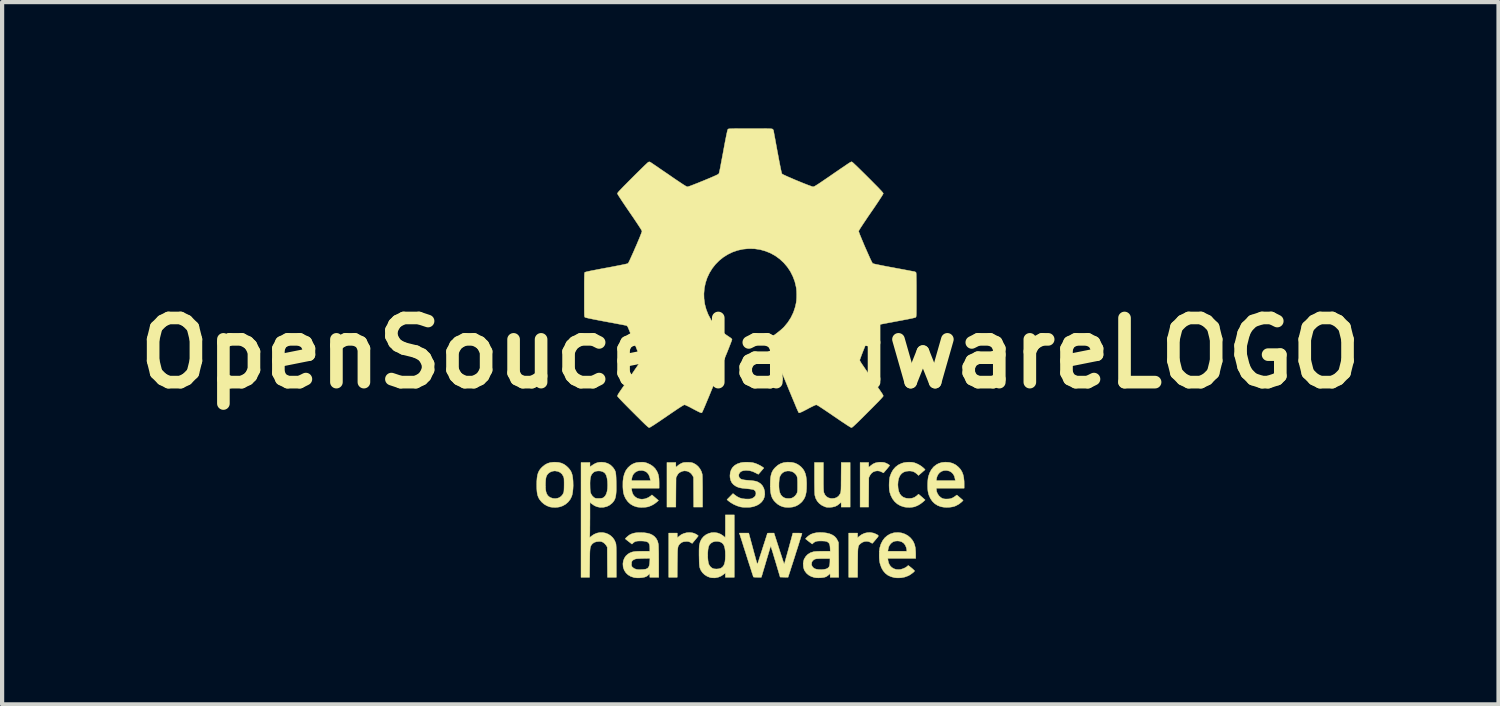
<source format=kicad_pcb>
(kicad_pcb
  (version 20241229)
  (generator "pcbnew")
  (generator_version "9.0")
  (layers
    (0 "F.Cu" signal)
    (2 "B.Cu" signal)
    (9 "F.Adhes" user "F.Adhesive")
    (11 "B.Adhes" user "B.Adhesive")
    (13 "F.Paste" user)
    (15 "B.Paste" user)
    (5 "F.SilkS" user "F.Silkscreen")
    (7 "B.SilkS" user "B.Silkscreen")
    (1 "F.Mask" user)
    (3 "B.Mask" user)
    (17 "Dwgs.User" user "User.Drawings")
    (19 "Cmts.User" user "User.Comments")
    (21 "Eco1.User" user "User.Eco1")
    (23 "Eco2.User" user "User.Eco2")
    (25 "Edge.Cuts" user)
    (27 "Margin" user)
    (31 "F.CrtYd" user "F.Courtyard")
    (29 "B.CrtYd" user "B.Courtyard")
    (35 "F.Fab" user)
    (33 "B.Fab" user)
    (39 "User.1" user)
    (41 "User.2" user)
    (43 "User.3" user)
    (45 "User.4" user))
  (footprint "OpenSouceHardwareLOGO"
    (layer "F.Cu")
    (at 14.776 5.339)
    (property "Reference" "OpenSouceHardwareLOGO" (at 0 0 0) (layer "F.SilkS") (effects (font (size 1.524 1.524) (thickness 0.3))))
    (attr through_hole)
    (fp_poly (pts (xy 2.928 4.276) (xy 2.979 4.297) (xy 3.011 4.313) (xy 3.031 4.325) (xy 3.04 4.337) (xy 3.039 4.351) (xy 3.026 4.371) (xy 3.003 4.399) (xy 2.985 4.421) (xy 2.958 4.453) (xy 2.935 4.48) (xy 2.917 4.501) (xy 2.908 4.512) (xy 2.898 4.518) (xy 2.886 4.515) (xy 2.873 4.507) (xy 2.823 4.481) (xy 2.768 4.471) (xy 2.713 4.476) (xy 2.661 4.495) (xy 2.621 4.522) (xy 2.606 4.536) (xy 2.592 4.549) (xy 2.581 4.563) (xy 2.573 4.579) (xy 2.566 4.599) (xy 2.561 4.625) (xy 2.557 4.658) (xy 2.554 4.699) (xy 2.553 4.751) (xy 2.552 4.816) (xy 2.551 4.894) (xy 2.55 4.976) (xy 2.548 5.326) (xy 2.337 5.326) (xy 2.337 4.276) (xy 2.548 4.276) (xy 2.548 4.387) (xy 2.589 4.351) (xy 2.649 4.309) (xy 2.715 4.279) (xy 2.786 4.264) (xy 2.858 4.263) (xy 2.928 4.276)) (stroke (width 0.01) (type solid)) (fill yes) (layer "F.SilkS"))
    (fp_poly (pts (xy 3.148 2.594) (xy 3.178 2.598) (xy 3.181 2.599) (xy 3.205 2.607) (xy 3.234 2.619) (xy 3.263 2.634) (xy 3.288 2.649) (xy 3.305 2.661) (xy 3.31 2.668) (xy 3.305 2.676) (xy 3.292 2.694) (xy 3.272 2.718) (xy 3.249 2.747) (xy 3.224 2.776) (xy 3.201 2.803) (xy 3.181 2.826) (xy 3.168 2.841) (xy 3.163 2.845) (xy 3.155 2.841) (xy 3.136 2.832) (xy 3.123 2.825) (xy 3.071 2.803) (xy 3.019 2.797) (xy 2.976 2.802) (xy 2.922 2.821) (xy 2.879 2.853) (xy 2.845 2.898) (xy 2.839 2.91) (xy 2.815 2.959) (xy 2.81 3.658) (xy 2.608 3.658) (xy 2.608 2.599) (xy 2.811 2.599) (xy 2.811 2.654) (xy 2.812 2.682) (xy 2.814 2.702) (xy 2.816 2.709) (xy 2.825 2.704) (xy 2.842 2.69) (xy 2.859 2.675) (xy 2.912 2.635) (xy 2.969 2.609) (xy 3.036 2.595) (xy 3.067 2.592) (xy 3.108 2.592) (xy 3.148 2.594)) (stroke (width 0.01) (type solid)) (fill yes) (layer "F.SilkS"))
    (fp_poly (pts (xy -1.374 4.27) (xy -1.334 4.282) (xy -1.303 4.296) (xy -1.275 4.311) (xy -1.253 4.326) (xy -1.239 4.338) (xy -1.238 4.344) (xy -1.244 4.353) (xy -1.259 4.372) (xy -1.28 4.399) (xy -1.306 4.431) (xy -1.311 4.436) (xy -1.381 4.521) (xy -1.421 4.498) (xy -1.445 4.485) (xy -1.468 4.478) (xy -1.496 4.475) (xy -1.524 4.475) (xy -1.581 4.48) (xy -1.626 4.495) (xy -1.665 4.523) (xy -1.683 4.542) (xy -1.694 4.556) (xy -1.703 4.57) (xy -1.711 4.585) (xy -1.717 4.602) (xy -1.721 4.624) (xy -1.725 4.652) (xy -1.728 4.689) (xy -1.73 4.735) (xy -1.731 4.792) (xy -1.732 4.862) (xy -1.733 4.946) (xy -1.734 4.981) (xy -1.737 5.326) (xy -1.939 5.326) (xy -1.939 4.276) (xy -1.736 4.276) (xy -1.736 4.325) (xy -1.735 4.352) (xy -1.733 4.372) (xy -1.731 4.379) (xy -1.723 4.377) (xy -1.707 4.365) (xy -1.692 4.351) (xy -1.64 4.312) (xy -1.578 4.284) (xy -1.511 4.267) (xy -1.441 4.262) (xy -1.374 4.27)) (stroke (width 0.01) (type solid)) (fill yes) (layer "F.SilkS"))
    (fp_poly (pts (xy -1.449 2.596) (xy -1.415 2.598) (xy -1.388 2.603) (xy -1.363 2.611) (xy -1.352 2.615) (xy -1.294 2.647) (xy -1.241 2.692) (xy -1.197 2.748) (xy -1.163 2.811) (xy -1.143 2.877) (xy -1.143 2.878) (xy -1.141 2.897) (xy -1.139 2.931) (xy -1.138 2.978) (xy -1.137 3.037) (xy -1.136 3.106) (xy -1.135 3.182) (xy -1.135 3.265) (xy -1.135 3.29) (xy -1.135 3.658) (xy -1.346 3.658) (xy -1.348 3.304) (xy -1.35 2.95) (xy -1.372 2.908) (xy -1.405 2.862) (xy -1.449 2.827) (xy -1.5 2.805) (xy -1.508 2.803) (xy -1.566 2.797) (xy -1.619 2.807) (xy -1.67 2.831) (xy -1.699 2.851) (xy -1.72 2.875) (xy -1.74 2.908) (xy -1.765 2.958) (xy -1.768 3.308) (xy -1.77 3.658) (xy -1.981 3.658) (xy -1.981 2.599) (xy -1.77 2.599) (xy -1.77 2.654) (xy -1.769 2.682) (xy -1.767 2.702) (xy -1.765 2.709) (xy -1.757 2.704) (xy -1.741 2.69) (xy -1.729 2.679) (xy -1.704 2.658) (xy -1.672 2.637) (xy -1.643 2.621) (xy -1.617 2.61) (xy -1.595 2.602) (xy -1.572 2.598) (xy -1.544 2.596) (xy -1.505 2.595) (xy -1.494 2.595) (xy -1.449 2.596)) (stroke (width 0.01) (type solid)) (fill yes) (layer "F.SilkS"))
    (fp_poly (pts (xy 1.736 2.937) (xy 1.736 3.027) (xy 1.736 3.101) (xy 1.737 3.162) (xy 1.738 3.21) (xy 1.74 3.248) (xy 1.742 3.276) (xy 1.744 3.297) (xy 1.747 3.312) (xy 1.748 3.314) (xy 1.772 3.367) (xy 1.807 3.408) (xy 1.853 3.437) (xy 1.909 3.452) (xy 1.945 3.454) (xy 2.007 3.447) (xy 2.058 3.427) (xy 2.1 3.393) (xy 2.133 3.344) (xy 2.137 3.336) (xy 2.141 3.326) (xy 2.145 3.315) (xy 2.148 3.302) (xy 2.15 3.285) (xy 2.152 3.262) (xy 2.154 3.232) (xy 2.155 3.193) (xy 2.156 3.143) (xy 2.156 3.08) (xy 2.157 3.003) (xy 2.157 2.949) (xy 2.16 2.599) (xy 2.371 2.599) (xy 2.371 3.658) (xy 2.159 3.658) (xy 2.159 3.603) (xy 2.158 3.575) (xy 2.156 3.555) (xy 2.154 3.548) (xy 2.145 3.553) (xy 2.128 3.567) (xy 2.111 3.582) (xy 2.063 3.619) (xy 2.011 3.644) (xy 1.951 3.658) (xy 1.897 3.663) (xy 1.851 3.664) (xy 1.817 3.662) (xy 1.789 3.656) (xy 1.774 3.651) (xy 1.7 3.617) (xy 1.638 3.571) (xy 1.589 3.515) (xy 1.553 3.449) (xy 1.533 3.379) (xy 1.531 3.36) (xy 1.529 3.326) (xy 1.527 3.278) (xy 1.526 3.219) (xy 1.525 3.15) (xy 1.524 3.073) (xy 1.524 2.99) (xy 1.524 2.966) (xy 1.524 2.599) (xy 1.736 2.599) (xy 1.736 2.937)) (stroke (width 0.01) (type solid)) (fill yes) (layer "F.SilkS"))
    (fp_poly (pts (xy 3.821 2.592) (xy 3.858 2.596) (xy 3.893 2.604) (xy 3.926 2.615) (xy 3.986 2.641) (xy 4.046 2.676) (xy 4.1 2.717) (xy 4.128 2.743) (xy 4.153 2.77) (xy 4.131 2.788) (xy 4.114 2.802) (xy 4.089 2.824) (xy 4.061 2.849) (xy 4.052 2.856) (xy 3.996 2.906) (xy 3.958 2.871) (xy 3.912 2.835) (xy 3.867 2.813) (xy 3.816 2.802) (xy 3.772 2.8) (xy 3.702 2.807) (xy 3.643 2.827) (xy 3.594 2.861) (xy 3.556 2.907) (xy 3.528 2.967) (xy 3.511 3.04) (xy 3.505 3.125) (xy 3.505 3.128) (xy 3.511 3.214) (xy 3.527 3.287) (xy 3.554 3.346) (xy 3.591 3.393) (xy 3.64 3.427) (xy 3.699 3.447) (xy 3.769 3.454) (xy 3.774 3.454) (xy 3.839 3.448) (xy 3.895 3.429) (xy 3.948 3.394) (xy 3.961 3.382) (xy 3.996 3.351) (xy 4.044 3.392) (xy 4.073 3.417) (xy 4.101 3.442) (xy 4.122 3.461) (xy 4.153 3.488) (xy 4.102 3.535) (xy 4.042 3.581) (xy 3.976 3.62) (xy 3.908 3.648) (xy 3.89 3.653) (xy 3.843 3.661) (xy 3.787 3.665) (xy 3.728 3.664) (xy 3.673 3.658) (xy 3.648 3.653) (xy 3.565 3.625) (xy 3.492 3.583) (xy 3.43 3.528) (xy 3.378 3.461) (xy 3.337 3.38) (xy 3.314 3.31) (xy 3.304 3.263) (xy 3.299 3.204) (xy 3.297 3.138) (xy 3.299 3.072) (xy 3.304 3.009) (xy 3.312 2.954) (xy 3.317 2.934) (xy 3.35 2.846) (xy 3.394 2.77) (xy 3.449 2.707) (xy 3.515 2.657) (xy 3.592 2.62) (xy 3.645 2.604) (xy 3.678 2.598) (xy 3.72 2.593) (xy 3.764 2.591) (xy 3.776 2.591) (xy 3.821 2.592)) (stroke (width 0.01) (type solid)) (fill yes) (layer "F.SilkS"))
    (fp_poly (pts (xy 4.728 2.597) (xy 4.803 2.617) (xy 4.872 2.651) (xy 4.935 2.7) (xy 4.949 2.713) (xy 4.995 2.765) (xy 5.029 2.822) (xy 5.054 2.886) (xy 5.07 2.959) (xy 5.079 3.044) (xy 5.08 3.101) (xy 5.08 3.209) (xy 4.42 3.209) (xy 4.42 3.238) (xy 4.427 3.291) (xy 4.449 3.344) (xy 4.483 3.392) (xy 4.525 3.43) (xy 4.553 3.447) (xy 4.577 3.457) (xy 4.602 3.463) (xy 4.634 3.466) (xy 4.669 3.466) (xy 4.724 3.464) (xy 4.769 3.454) (xy 4.812 3.436) (xy 4.858 3.407) (xy 4.867 3.4) (xy 4.907 3.371) (xy 5.056 3.499) (xy 5.024 3.532) (xy 4.963 3.582) (xy 4.89 3.623) (xy 4.853 3.639) (xy 4.799 3.653) (xy 4.735 3.662) (xy 4.666 3.665) (xy 4.599 3.661) (xy 4.539 3.651) (xy 4.53 3.649) (xy 4.451 3.62) (xy 4.383 3.577) (xy 4.325 3.521) (xy 4.278 3.453) (xy 4.242 3.372) (xy 4.228 3.322) (xy 4.219 3.276) (xy 4.214 3.217) (xy 4.212 3.152) (xy 4.213 3.085) (xy 4.217 3.031) (xy 4.417 3.031) (xy 4.87 3.031) (xy 4.864 2.991) (xy 4.848 2.926) (xy 4.819 2.873) (xy 4.78 2.832) (xy 4.73 2.803) (xy 4.67 2.789) (xy 4.656 2.787) (xy 4.596 2.791) (xy 4.542 2.809) (xy 4.496 2.841) (xy 4.459 2.885) (xy 4.434 2.939) (xy 4.423 2.989) (xy 4.417 3.031) (xy 4.217 3.031) (xy 4.217 3.02) (xy 4.224 2.964) (xy 4.232 2.927) (xy 4.262 2.842) (xy 4.301 2.769) (xy 4.35 2.708) (xy 4.361 2.697) (xy 4.42 2.651) (xy 4.481 2.619) (xy 4.549 2.599) (xy 4.627 2.591) (xy 4.644 2.591) (xy 4.728 2.597)) (stroke (width 0.01) (type solid)) (fill yes) (layer "F.SilkS"))
    (fp_poly (pts (xy -2.541 2.592) (xy -2.514 2.596) (xy -2.485 2.603) (xy -2.46 2.611) (xy -2.382 2.645) (xy -2.317 2.688) (xy -2.263 2.741) (xy -2.22 2.807) (xy -2.217 2.813) (xy -2.198 2.854) (xy -2.185 2.894) (xy -2.176 2.936) (xy -2.17 2.985) (xy -2.168 3.045) (xy -2.167 3.084) (xy -2.167 3.209) (xy -2.822 3.209) (xy -2.817 3.259) (xy -2.804 3.319) (xy -2.778 3.371) (xy -2.739 3.413) (xy -2.692 3.445) (xy -2.636 3.464) (xy -2.575 3.471) (xy -2.51 3.463) (xy -2.489 3.458) (xy -2.42 3.43) (xy -2.364 3.391) (xy -2.361 3.389) (xy -2.338 3.368) (xy -2.26 3.434) (xy -2.182 3.501) (xy -2.227 3.541) (xy -2.282 3.583) (xy -2.346 3.619) (xy -2.411 3.645) (xy -2.439 3.653) (xy -2.484 3.66) (xy -2.539 3.664) (xy -2.596 3.665) (xy -2.651 3.661) (xy -2.695 3.655) (xy -2.699 3.654) (xy -2.778 3.627) (xy -2.848 3.586) (xy -2.907 3.532) (xy -2.955 3.467) (xy -2.965 3.449) (xy -2.987 3.404) (xy -3.003 3.36) (xy -3.015 3.314) (xy -3.022 3.261) (xy -3.027 3.197) (xy -3.028 3.167) (xy -3.027 3.054) (xy -3.025 3.031) (xy -2.822 3.031) (xy -2.371 3.031) (xy -2.376 3.004) (xy -2.394 2.933) (xy -2.421 2.876) (xy -2.457 2.834) (xy -2.503 2.805) (xy -2.558 2.79) (xy -2.574 2.788) (xy -2.637 2.79) (xy -2.693 2.806) (xy -2.741 2.836) (xy -2.779 2.877) (xy -2.805 2.929) (xy -2.817 2.985) (xy -2.822 3.031) (xy -3.025 3.031) (xy -3.015 2.953) (xy -2.991 2.865) (xy -2.956 2.788) (xy -2.909 2.724) (xy -2.853 2.672) (xy -2.803 2.639) (xy -2.754 2.616) (xy -2.701 2.601) (xy -2.638 2.594) (xy -2.616 2.593) (xy -2.573 2.591) (xy -2.541 2.592)) (stroke (width 0.01) (type solid)) (fill yes) (layer "F.SilkS"))
    (fp_poly (pts (xy -0.381 5.326) (xy -0.593 5.326) (xy -0.593 5.223) (xy -0.629 5.252) (xy -0.695 5.297) (xy -0.767 5.326) (xy -0.841 5.34) (xy -0.917 5.337) (xy -0.953 5.331) (xy -1.022 5.305) (xy -1.085 5.266) (xy -1.137 5.216) (xy -1.177 5.156) (xy -1.198 5.105) (xy -1.203 5.087) (xy -1.207 5.065) (xy -1.21 5.037) (xy -1.213 5.001) (xy -1.215 4.954) (xy -1.216 4.894) (xy -1.217 4.842) (xy -1.218 4.798) (xy -1.013 4.798) (xy -1.011 4.863) (xy -1.006 4.923) (xy -0.998 4.976) (xy -0.986 5.017) (xy -0.983 5.023) (xy -0.955 5.068) (xy -0.915 5.103) (xy -0.884 5.119) (xy -0.846 5.127) (xy -0.8 5.129) (xy -0.753 5.125) (xy -0.713 5.115) (xy -0.699 5.109) (xy -0.665 5.086) (xy -0.638 5.054) (xy -0.618 5.013) (xy -0.604 4.961) (xy -0.596 4.895) (xy -0.593 4.815) (xy -0.593 4.801) (xy -0.595 4.715) (xy -0.604 4.644) (xy -0.618 4.587) (xy -0.64 4.543) (xy -0.67 4.511) (xy -0.708 4.489) (xy -0.755 4.476) (xy -0.779 4.473) (xy -0.84 4.474) (xy -0.893 4.489) (xy -0.938 4.517) (xy -0.973 4.557) (xy -0.986 4.583) (xy -0.998 4.622) (xy -1.006 4.674) (xy -1.011 4.734) (xy -1.013 4.798) (xy -1.218 4.798) (xy -1.218 4.761) (xy -1.218 4.69) (xy -1.216 4.632) (xy -1.214 4.587) (xy -1.211 4.563) (xy -1.192 4.485) (xy -1.159 4.418) (xy -1.113 4.361) (xy -1.056 4.316) (xy -0.988 4.283) (xy -0.918 4.265) (xy -0.846 4.262) (xy -0.775 4.274) (xy -0.706 4.301) (xy -0.643 4.342) (xy -0.638 4.347) (xy -0.617 4.364) (xy -0.603 4.375) (xy -0.598 4.377) (xy -0.596 4.369) (xy -0.595 4.346) (xy -0.594 4.31) (xy -0.594 4.263) (xy -0.593 4.208) (xy -0.593 4.145) (xy -0.593 4.111) (xy -0.593 3.844) (xy -0.381 3.844) (xy -0.381 5.326)) (stroke (width 0.01) (type solid)) (fill yes) (layer "F.SilkS"))
    (fp_poly (pts (xy 3.596 4.273) (xy 3.673 4.299) (xy 3.744 4.338) (xy 3.8 4.385) (xy 3.845 4.437) (xy 3.879 4.492) (xy 3.904 4.555) (xy 3.92 4.626) (xy 3.927 4.71) (xy 3.929 4.764) (xy 3.929 4.877) (xy 3.266 4.877) (xy 3.271 4.925) (xy 3.287 4.989) (xy 3.315 5.044) (xy 3.355 5.088) (xy 3.404 5.12) (xy 3.462 5.139) (xy 3.526 5.143) (xy 3.568 5.139) (xy 3.608 5.128) (xy 3.651 5.112) (xy 3.689 5.093) (xy 3.719 5.073) (xy 3.729 5.064) (xy 3.743 5.051) (xy 3.753 5.046) (xy 3.762 5.051) (xy 3.78 5.065) (xy 3.805 5.085) (xy 3.832 5.107) (xy 3.859 5.13) (xy 3.881 5.151) (xy 3.897 5.166) (xy 3.903 5.174) (xy 3.896 5.185) (xy 3.879 5.203) (xy 3.853 5.224) (xy 3.822 5.247) (xy 3.791 5.268) (xy 3.761 5.285) (xy 3.756 5.288) (xy 3.671 5.32) (xy 3.58 5.338) (xy 3.486 5.34) (xy 3.427 5.334) (xy 3.343 5.312) (xy 3.269 5.278) (xy 3.207 5.23) (xy 3.155 5.169) (xy 3.114 5.096) (xy 3.084 5.009) (xy 3.077 4.983) (xy 3.068 4.93) (xy 3.063 4.866) (xy 3.062 4.796) (xy 3.064 4.728) (xy 3.065 4.707) (xy 3.266 4.707) (xy 3.717 4.707) (xy 3.717 4.684) (xy 3.714 4.661) (xy 3.708 4.632) (xy 3.704 4.617) (xy 3.68 4.56) (xy 3.644 4.515) (xy 3.598 4.484) (xy 3.542 4.466) (xy 3.493 4.462) (xy 3.438 4.467) (xy 3.394 4.481) (xy 3.355 4.508) (xy 3.331 4.532) (xy 3.306 4.566) (xy 3.288 4.602) (xy 3.276 4.647) (xy 3.272 4.671) (xy 3.266 4.707) (xy 3.065 4.707) (xy 3.069 4.665) (xy 3.076 4.623) (xy 3.103 4.535) (xy 3.142 4.458) (xy 3.191 4.392) (xy 3.251 4.339) (xy 3.32 4.298) (xy 3.398 4.272) (xy 3.434 4.266) (xy 3.515 4.262) (xy 3.596 4.273)) (stroke (width 0.01) (type solid)) (fill yes) (layer "F.SilkS"))
    (fp_poly (pts (xy -4.561 2.596) (xy -4.49 2.613) (xy -4.426 2.642) (xy -4.367 2.685) (xy -4.327 2.723) (xy -4.291 2.765) (xy -4.264 2.806) (xy -4.244 2.851) (xy -4.229 2.902) (xy -4.219 2.963) (xy -4.212 3.037) (xy -4.211 3.069) (xy -4.209 3.148) (xy -4.213 3.225) (xy -4.22 3.296) (xy -4.231 3.358) (xy -4.244 3.403) (xy -4.279 3.474) (xy -4.328 3.537) (xy -4.388 3.589) (xy -4.458 3.629) (xy -4.527 3.653) (xy -4.573 3.661) (xy -4.629 3.665) (xy -4.687 3.664) (xy -4.739 3.658) (xy -4.766 3.653) (xy -4.835 3.626) (xy -4.901 3.587) (xy -4.958 3.537) (xy -5.005 3.48) (xy -5.024 3.448) (xy -5.041 3.411) (xy -5.054 3.373) (xy -5.063 3.332) (xy -5.069 3.285) (xy -5.073 3.227) (xy -5.074 3.171) (xy -4.867 3.171) (xy -4.863 3.241) (xy -4.853 3.299) (xy -4.836 3.345) (xy -4.813 3.382) (xy -4.782 3.411) (xy -4.751 3.431) (xy -4.697 3.45) (xy -4.637 3.456) (xy -4.578 3.447) (xy -4.541 3.434) (xy -4.496 3.404) (xy -4.459 3.361) (xy -4.435 3.312) (xy -4.43 3.29) (xy -4.427 3.253) (xy -4.425 3.201) (xy -4.424 3.133) (xy -4.424 3.124) (xy -4.424 3.068) (xy -4.425 3.026) (xy -4.426 2.995) (xy -4.428 2.972) (xy -4.432 2.954) (xy -4.437 2.938) (xy -4.444 2.923) (xy -4.475 2.873) (xy -4.518 2.835) (xy -4.57 2.811) (xy -4.63 2.8) (xy -4.654 2.799) (xy -4.699 2.806) (xy -4.744 2.822) (xy -4.784 2.846) (xy -4.812 2.872) (xy -4.831 2.899) (xy -4.844 2.926) (xy -4.854 2.956) (xy -4.86 2.993) (xy -4.864 3.041) (xy -4.866 3.086) (xy -4.867 3.171) (xy -5.074 3.171) (xy -5.074 3.157) (xy -5.075 3.128) (xy -5.073 3.039) (xy -5.067 2.963) (xy -5.057 2.9) (xy -5.041 2.846) (xy -5.019 2.798) (xy -4.99 2.755) (xy -4.953 2.715) (xy -4.941 2.703) (xy -4.882 2.655) (xy -4.822 2.622) (xy -4.756 2.601) (xy -4.68 2.592) (xy -4.644 2.591) (xy -4.561 2.596)) (stroke (width 0.01) (type solid)) (fill yes) (layer "F.SilkS"))
    (fp_poly (pts (xy 0.986 2.596) (xy 1.06 2.613) (xy 1.125 2.643) (xy 1.185 2.686) (xy 1.212 2.71) (xy 1.251 2.755) (xy 1.282 2.804) (xy 1.305 2.859) (xy 1.322 2.922) (xy 1.332 2.996) (xy 1.337 3.083) (xy 1.337 3.128) (xy 1.335 3.221) (xy 1.328 3.299) (xy 1.315 3.366) (xy 1.296 3.423) (xy 1.269 3.474) (xy 1.235 3.52) (xy 1.21 3.547) (xy 1.15 3.597) (xy 1.084 3.633) (xy 1.01 3.656) (xy 0.927 3.665) (xy 0.902 3.665) (xy 0.861 3.664) (xy 0.819 3.66) (xy 0.786 3.654) (xy 0.78 3.653) (xy 0.711 3.627) (xy 0.647 3.588) (xy 0.596 3.542) (xy 0.559 3.502) (xy 0.53 3.459) (xy 0.508 3.413) (xy 0.492 3.36) (xy 0.481 3.298) (xy 0.475 3.225) (xy 0.474 3.172) (xy 0.679 3.172) (xy 0.685 3.249) (xy 0.7 3.312) (xy 0.722 3.362) (xy 0.754 3.402) (xy 0.795 3.431) (xy 0.809 3.438) (xy 0.844 3.449) (xy 0.888 3.454) (xy 0.935 3.453) (xy 0.978 3.446) (xy 0.983 3.445) (xy 1.024 3.425) (xy 1.062 3.393) (xy 1.094 3.353) (xy 1.102 3.338) (xy 1.109 3.323) (xy 1.114 3.309) (xy 1.117 3.292) (xy 1.12 3.27) (xy 1.121 3.24) (xy 1.122 3.2) (xy 1.122 3.146) (xy 1.122 3.128) (xy 1.122 3.065) (xy 1.12 3.015) (xy 1.118 2.977) (xy 1.113 2.947) (xy 1.106 2.924) (xy 1.095 2.904) (xy 1.081 2.884) (xy 1.066 2.866) (xy 1.026 2.832) (xy 0.978 2.81) (xy 0.925 2.8) (xy 0.872 2.801) (xy 0.82 2.813) (xy 0.774 2.837) (xy 0.737 2.872) (xy 0.727 2.886) (xy 0.711 2.914) (xy 0.699 2.941) (xy 0.691 2.971) (xy 0.686 3.009) (xy 0.682 3.058) (xy 0.68 3.082) (xy 0.679 3.172) (xy 0.474 3.172) (xy 0.473 3.138) (xy 0.473 3.129) (xy 0.475 3.039) (xy 0.48 2.964) (xy 0.491 2.901) (xy 0.507 2.846) (xy 0.529 2.799) (xy 0.558 2.756) (xy 0.595 2.714) (xy 0.597 2.713) (xy 0.657 2.661) (xy 0.723 2.624) (xy 0.795 2.601) (xy 0.876 2.591) (xy 0.901 2.591) (xy 0.986 2.596)) (stroke (width 0.01) (type solid)) (fill yes) (layer "F.SilkS"))
    (fp_poly (pts (xy 1.731 4.264) (xy 1.81 4.274) (xy 1.884 4.292) (xy 1.947 4.319) (xy 1.949 4.32) (xy 2 4.353) (xy 2.039 4.395) (xy 2.071 4.449) (xy 2.073 4.453) (xy 2.095 4.5) (xy 2.098 4.913) (xy 2.1 5.326) (xy 1.897 5.326) (xy 1.897 5.283) (xy 1.896 5.259) (xy 1.894 5.244) (xy 1.892 5.241) (xy 1.884 5.246) (xy 1.869 5.261) (xy 1.855 5.274) (xy 1.81 5.307) (xy 1.776 5.321) (xy 1.731 5.331) (xy 1.677 5.337) (xy 1.618 5.339) (xy 1.563 5.337) (xy 1.519 5.33) (xy 1.447 5.307) (xy 1.384 5.272) (xy 1.332 5.227) (xy 1.293 5.174) (xy 1.277 5.141) (xy 1.262 5.086) (xy 1.257 5.025) (xy 1.258 4.993) (xy 1.454 4.993) (xy 1.455 5.032) (xy 1.471 5.069) (xy 1.5 5.102) (xy 1.527 5.12) (xy 1.565 5.133) (xy 1.614 5.141) (xy 1.669 5.144) (xy 1.724 5.142) (xy 1.775 5.134) (xy 1.816 5.122) (xy 1.82 5.12) (xy 1.848 5.102) (xy 1.868 5.08) (xy 1.881 5.05) (xy 1.888 5.009) (xy 1.891 4.96) (xy 1.892 4.881) (xy 1.74 4.881) (xy 1.675 4.881) (xy 1.624 4.883) (xy 1.585 4.885) (xy 1.556 4.889) (xy 1.533 4.896) (xy 1.515 4.905) (xy 1.499 4.917) (xy 1.494 4.92) (xy 1.466 4.954) (xy 1.454 4.993) (xy 1.258 4.993) (xy 1.26 4.965) (xy 1.273 4.91) (xy 1.28 4.892) (xy 1.318 4.83) (xy 1.367 4.78) (xy 1.427 4.743) (xy 1.497 4.72) (xy 1.511 4.717) (xy 1.535 4.714) (xy 1.573 4.711) (xy 1.62 4.709) (xy 1.673 4.708) (xy 1.729 4.707) (xy 1.899 4.707) (xy 1.895 4.626) (xy 1.891 4.579) (xy 1.883 4.544) (xy 1.871 4.519) (xy 1.852 4.499) (xy 1.828 4.483) (xy 1.811 4.475) (xy 1.79 4.47) (xy 1.762 4.466) (xy 1.721 4.464) (xy 1.702 4.463) (xy 1.641 4.463) (xy 1.595 4.466) (xy 1.558 4.474) (xy 1.529 4.487) (xy 1.503 4.506) (xy 1.5 4.508) (xy 1.47 4.536) (xy 1.391 4.476) (xy 1.36 4.452) (xy 1.335 4.432) (xy 1.318 4.418) (xy 1.312 4.411) (xy 1.319 4.4) (xy 1.336 4.383) (xy 1.359 4.361) (xy 1.386 4.339) (xy 1.413 4.32) (xy 1.436 4.306) (xy 1.438 4.305) (xy 1.499 4.282) (xy 1.571 4.267) (xy 1.65 4.261) (xy 1.731 4.264)) (stroke (width 0.01) (type solid)) (fill yes) (layer "F.SilkS"))
    (fp_poly (pts (xy -0.003 2.595) (xy 0.049 2.601) (xy 0.063 2.604) (xy 0.118 2.619) (xy 0.179 2.644) (xy 0.237 2.673) (xy 0.284 2.702) (xy 0.321 2.729) (xy 0.257 2.804) (xy 0.232 2.833) (xy 0.211 2.857) (xy 0.196 2.873) (xy 0.191 2.879) (xy 0.182 2.875) (xy 0.163 2.865) (xy 0.136 2.851) (xy 0.125 2.845) (xy 0.054 2.812) (xy -0.015 2.793) (xy -0.085 2.787) (xy -0.115 2.787) (xy -0.167 2.793) (xy -0.206 2.805) (xy -0.237 2.825) (xy -0.257 2.848) (xy -0.273 2.882) (xy -0.275 2.919) (xy -0.264 2.954) (xy -0.251 2.97) (xy -0.235 2.984) (xy -0.216 2.995) (xy -0.19 3.004) (xy -0.156 3.011) (xy -0.11 3.017) (xy -0.051 3.022) (xy -0.038 3.023) (xy 0.024 3.028) (xy 0.072 3.034) (xy 0.11 3.04) (xy 0.141 3.047) (xy 0.167 3.057) (xy 0.193 3.069) (xy 0.193 3.069) (xy 0.248 3.106) (xy 0.291 3.155) (xy 0.322 3.216) (xy 0.339 3.28) (xy 0.344 3.353) (xy 0.333 3.42) (xy 0.308 3.482) (xy 0.268 3.536) (xy 0.215 3.583) (xy 0.15 3.62) (xy 0.073 3.647) (xy 0.047 3.653) (xy -0.003 3.661) (xy -0.063 3.664) (xy -0.125 3.664) (xy -0.183 3.661) (xy -0.232 3.654) (xy -0.233 3.654) (xy -0.314 3.629) (xy -0.395 3.593) (xy -0.471 3.548) (xy -0.521 3.51) (xy -0.555 3.481) (xy -0.412 3.336) (xy -0.377 3.364) (xy -0.316 3.408) (xy -0.254 3.439) (xy -0.189 3.458) (xy -0.115 3.466) (xy -0.08 3.467) (xy -0.037 3.467) (xy -0.007 3.465) (xy 0.016 3.461) (xy 0.035 3.455) (xy 0.054 3.446) (xy 0.094 3.42) (xy 0.119 3.39) (xy 0.132 3.353) (xy 0.133 3.347) (xy 0.131 3.307) (xy 0.115 3.273) (xy 0.086 3.249) (xy 0.078 3.245) (xy 0.059 3.24) (xy 0.026 3.234) (xy -0.015 3.228) (xy -0.062 3.223) (xy -0.08 3.221) (xy -0.146 3.214) (xy -0.198 3.208) (xy -0.239 3.201) (xy -0.273 3.193) (xy -0.302 3.182) (xy -0.33 3.17) (xy -0.341 3.164) (xy -0.397 3.126) (xy -0.439 3.079) (xy -0.467 3.021) (xy -0.482 2.953) (xy -0.484 2.908) (xy -0.476 2.834) (xy -0.454 2.769) (xy -0.419 2.713) (xy -0.369 2.666) (xy -0.306 2.63) (xy -0.231 2.605) (xy -0.227 2.604) (xy -0.181 2.596) (xy -0.124 2.592) (xy -0.063 2.592) (xy -0.003 2.595)) (stroke (width 0.01) (type solid)) (fill yes) (layer "F.SilkS"))
    (fp_poly (pts (xy -2.522 4.267) (xy -2.445 4.278) (xy -2.381 4.296) (xy -2.326 4.322) (xy -2.278 4.357) (xy -2.278 4.357) (xy -2.234 4.408) (xy -2.203 4.468) (xy -2.185 4.539) (xy -2.185 4.542) (xy -2.183 4.564) (xy -2.181 4.6) (xy -2.18 4.648) (xy -2.178 4.708) (xy -2.177 4.775) (xy -2.177 4.849) (xy -2.176 4.927) (xy -2.176 4.964) (xy -2.176 5.326) (xy -2.388 5.326) (xy -2.388 5.283) (xy -2.388 5.259) (xy -2.39 5.244) (xy -2.392 5.241) (xy -2.4 5.247) (xy -2.414 5.261) (xy -2.422 5.27) (xy -2.457 5.299) (xy -2.504 5.32) (xy -2.565 5.333) (xy -2.629 5.339) (xy -2.698 5.339) (xy -2.755 5.333) (xy -2.766 5.33) (xy -2.84 5.306) (xy -2.903 5.269) (xy -2.954 5.221) (xy -2.993 5.163) (xy -3.018 5.095) (xy -3.022 5.074) (xy -3.027 5.008) (xy -2.824 5.008) (xy -2.823 5.04) (xy -2.818 5.061) (xy -2.809 5.077) (xy -2.802 5.084) (xy -2.765 5.115) (xy -2.717 5.134) (xy -2.693 5.14) (xy -2.661 5.143) (xy -2.619 5.143) (xy -2.572 5.142) (xy -2.527 5.138) (xy -2.49 5.133) (xy -2.48 5.13) (xy -2.447 5.116) (xy -2.422 5.093) (xy -2.405 5.059) (xy -2.394 5.011) (xy -2.389 4.958) (xy -2.385 4.875) (xy -2.549 4.878) (xy -2.608 4.88) (xy -2.653 4.882) (xy -2.686 4.884) (xy -2.711 4.887) (xy -2.73 4.891) (xy -2.745 4.897) (xy -2.752 4.899) (xy -2.787 4.918) (xy -2.809 4.939) (xy -2.82 4.966) (xy -2.824 5.004) (xy -2.824 5.008) (xy -3.027 5.008) (xy -3.027 5.003) (xy -3.017 4.936) (xy -2.993 4.874) (xy -2.957 4.819) (xy -2.908 4.775) (xy -2.868 4.75) (xy -2.838 4.737) (xy -2.808 4.726) (xy -2.776 4.719) (xy -2.739 4.713) (xy -2.693 4.71) (xy -2.637 4.708) (xy -2.567 4.707) (xy -2.556 4.707) (xy -2.388 4.707) (xy -2.388 4.638) (xy -2.39 4.583) (xy -2.399 4.541) (xy -2.416 4.51) (xy -2.442 4.488) (xy -2.481 4.474) (xy -2.532 4.466) (xy -2.583 4.463) (xy -2.642 4.463) (xy -2.688 4.466) (xy -2.723 4.473) (xy -2.752 4.486) (xy -2.777 4.504) (xy -2.781 4.508) (xy -2.812 4.537) (xy -2.89 4.477) (xy -2.921 4.453) (xy -2.946 4.433) (xy -2.964 4.418) (xy -2.97 4.412) (xy -2.966 4.402) (xy -2.951 4.386) (xy -2.929 4.366) (xy -2.904 4.345) (xy -2.88 4.326) (xy -2.858 4.312) (xy -2.856 4.311) (xy -2.811 4.291) (xy -2.764 4.277) (xy -2.712 4.268) (xy -2.65 4.264) (xy -2.612 4.264) (xy -2.522 4.267)) (stroke (width 0.01) (type solid)) (fill yes) (layer "F.SilkS"))
    (fp_poly (pts (xy 1.164 4.276) (xy 1.198 4.278) (xy 1.22 4.281) (xy 1.228 4.284) (xy 1.225 4.293) (xy 1.218 4.317) (xy 1.207 4.353) (xy 1.192 4.4) (xy 1.174 4.457) (xy 1.154 4.522) (xy 1.132 4.592) (xy 1.108 4.667) (xy 1.083 4.744) (xy 1.059 4.822) (xy 1.034 4.9) (xy 1.01 4.975) (xy 0.987 5.045) (xy 0.966 5.11) (xy 0.948 5.168) (xy 0.932 5.216) (xy 0.926 5.235) (xy 0.896 5.326) (xy 0.802 5.324) (xy 0.708 5.321) (xy 0.6 4.958) (xy 0.577 4.883) (xy 0.556 4.813) (xy 0.537 4.749) (xy 0.52 4.694) (xy 0.506 4.649) (xy 0.496 4.616) (xy 0.489 4.596) (xy 0.487 4.591) (xy 0.486 4.589) (xy 0.485 4.588) (xy 0.483 4.59) (xy 0.481 4.595) (xy 0.477 4.605) (xy 0.472 4.622) (xy 0.464 4.647) (xy 0.454 4.681) (xy 0.44 4.727) (xy 0.423 4.785) (xy 0.401 4.857) (xy 0.389 4.898) (xy 0.368 4.968) (xy 0.348 5.037) (xy 0.329 5.1) (xy 0.312 5.157) (xy 0.298 5.204) (xy 0.288 5.239) (xy 0.283 5.256) (xy 0.261 5.326) (xy 0.169 5.326) (xy 0.132 5.325) (xy 0.101 5.323) (xy 0.08 5.321) (xy 0.073 5.319) (xy 0.07 5.31) (xy 0.063 5.287) (xy 0.051 5.251) (xy 0.035 5.203) (xy 0.017 5.145) (xy -0.004 5.079) (xy -0.028 5.007) (xy -0.053 4.929) (xy -0.079 4.847) (xy -0.105 4.764) (xy -0.132 4.68) (xy -0.159 4.597) (xy -0.184 4.516) (xy -0.208 4.44) (xy -0.231 4.37) (xy -0.24 4.341) (xy -0.261 4.276) (xy -0.149 4.276) (xy -0.038 4.276) (xy 0.059 4.633) (xy 0.079 4.709) (xy 0.098 4.779) (xy 0.116 4.843) (xy 0.131 4.899) (xy 0.144 4.944) (xy 0.154 4.978) (xy 0.16 4.999) (xy 0.162 5.004) (xy 0.168 5.012) (xy 0.172 5.005) (xy 0.173 5.004) (xy 0.177 4.992) (xy 0.185 4.966) (xy 0.198 4.929) (xy 0.213 4.882) (xy 0.23 4.827) (xy 0.25 4.767) (xy 0.271 4.703) (xy 0.292 4.636) (xy 0.313 4.57) (xy 0.334 4.507) (xy 0.353 4.447) (xy 0.37 4.393) (xy 0.385 4.348) (xy 0.396 4.312) (xy 0.404 4.289) (xy 0.406 4.279) (xy 0.406 4.279) (xy 0.414 4.278) (xy 0.435 4.276) (xy 0.466 4.276) (xy 0.485 4.276) (xy 0.563 4.276) (xy 0.682 4.644) (xy 0.706 4.719) (xy 0.729 4.789) (xy 0.75 4.853) (xy 0.768 4.908) (xy 0.783 4.953) (xy 0.795 4.986) (xy 0.802 5.006) (xy 0.805 5.012) (xy 0.808 5.004) (xy 0.815 4.982) (xy 0.826 4.946) (xy 0.839 4.899) (xy 0.855 4.842) (xy 0.873 4.777) (xy 0.893 4.705) (xy 0.91 4.644) (xy 1.01 4.276) (xy 1.119 4.276) (xy 1.164 4.276)) (stroke (width 0.01) (type solid)) (fill yes) (layer "F.SilkS"))
    (fp_poly (pts (xy -3.456 2.599) (xy -3.385 2.622) (xy -3.322 2.659) (xy -3.268 2.711) (xy -3.251 2.733) (xy -3.234 2.758) (xy -3.22 2.782) (xy -3.209 2.806) (xy -3.201 2.834) (xy -3.196 2.867) (xy -3.192 2.908) (xy -3.189 2.959) (xy -3.187 3.024) (xy -3.186 3.08) (xy -3.185 3.175) (xy -3.185 3.255) (xy -3.189 3.322) (xy -3.195 3.378) (xy -3.204 3.425) (xy -3.217 3.465) (xy -3.234 3.499) (xy -3.255 3.53) (xy -3.281 3.56) (xy -3.287 3.566) (xy -3.346 3.613) (xy -3.411 3.645) (xy -3.483 3.662) (xy -3.51 3.664) (xy -3.58 3.663) (xy -3.643 3.65) (xy -3.703 3.624) (xy -3.764 3.583) (xy -3.774 3.575) (xy -3.81 3.546) (xy -3.81 3.926) (xy -3.811 4.006) (xy -3.811 4.082) (xy -3.812 4.151) (xy -3.812 4.213) (xy -3.813 4.265) (xy -3.814 4.305) (xy -3.815 4.332) (xy -3.815 4.341) (xy -3.817 4.363) (xy -3.816 4.376) (xy -3.814 4.377) (xy -3.805 4.372) (xy -3.788 4.359) (xy -3.774 4.347) (xy -3.712 4.305) (xy -3.645 4.277) (xy -3.576 4.263) (xy -3.507 4.263) (xy -3.44 4.276) (xy -3.376 4.301) (xy -3.318 4.338) (xy -3.267 4.386) (xy -3.227 4.445) (xy -3.198 4.513) (xy -3.195 4.524) (xy -3.192 4.539) (xy -3.19 4.561) (xy -3.188 4.59) (xy -3.186 4.629) (xy -3.185 4.679) (xy -3.184 4.74) (xy -3.184 4.816) (xy -3.184 4.906) (xy -3.184 4.947) (xy -3.183 5.326) (xy -3.394 5.326) (xy -3.397 4.967) (xy -3.399 4.609) (xy -3.425 4.567) (xy -3.458 4.527) (xy -3.492 4.5) (xy -3.516 4.487) (xy -3.538 4.479) (xy -3.563 4.475) (xy -3.598 4.475) (xy -3.66 4.481) (xy -3.711 4.499) (xy -3.752 4.529) (xy -3.768 4.549) (xy -3.779 4.564) (xy -3.788 4.578) (xy -3.795 4.594) (xy -3.8 4.613) (xy -3.805 4.636) (xy -3.808 4.666) (xy -3.811 4.704) (xy -3.813 4.751) (xy -3.814 4.81) (xy -3.815 4.882) (xy -3.816 4.969) (xy -3.816 4.985) (xy -3.82 5.326) (xy -4.022 5.326) (xy -4.022 3.084) (xy -3.809 3.084) (xy -3.808 3.153) (xy -3.807 3.208) (xy -3.805 3.248) (xy -3.803 3.279) (xy -3.799 3.302) (xy -3.794 3.321) (xy -3.787 3.338) (xy -3.786 3.341) (xy -3.756 3.391) (xy -3.717 3.428) (xy -3.696 3.441) (xy -3.677 3.448) (xy -3.651 3.452) (xy -3.615 3.453) (xy -3.593 3.452) (xy -3.555 3.451) (xy -3.528 3.447) (xy -3.508 3.442) (xy -3.489 3.432) (xy -3.482 3.427) (xy -3.449 3.395) (xy -3.423 3.349) (xy -3.404 3.289) (xy -3.393 3.217) (xy -3.39 3.134) (xy -3.394 3.04) (xy -3.395 3.036) (xy -3.405 2.965) (xy -3.421 2.909) (xy -3.443 2.866) (xy -3.474 2.835) (xy -3.514 2.814) (xy -3.557 2.802) (xy -3.601 2.799) (xy -3.647 2.802) (xy -3.688 2.812) (xy -3.716 2.826) (xy -3.746 2.852) (xy -3.77 2.882) (xy -3.787 2.918) (xy -3.799 2.962) (xy -3.806 3.017) (xy -3.809 3.084) (xy -4.022 3.084) (xy -4.022 2.599) (xy -3.81 2.599) (xy -3.81 2.703) (xy -3.791 2.689) (xy -3.734 2.65) (xy -3.685 2.622) (xy -3.639 2.604) (xy -3.591 2.594) (xy -3.54 2.591) (xy -3.533 2.591) (xy -3.456 2.599)) (stroke (width 0.01) (type solid)) (fill yes) (layer "F.SilkS"))
    (fp_poly (pts (xy 0.106 -5.334) (xy 0.197 -5.334) (xy 0.273 -5.334) (xy 0.337 -5.333) (xy 0.388 -5.333) (xy 0.429 -5.332) (xy 0.461 -5.331) (xy 0.485 -5.33) (xy 0.503 -5.328) (xy 0.515 -5.327) (xy 0.523 -5.324) (xy 0.529 -5.321) (xy 0.533 -5.318) (xy 0.533 -5.317) (xy 0.546 -5.302) (xy 0.55 -5.293) (xy 0.552 -5.283) (xy 0.556 -5.259) (xy 0.563 -5.22) (xy 0.572 -5.17) (xy 0.584 -5.108) (xy 0.597 -5.037) (xy 0.611 -4.959) (xy 0.627 -4.874) (xy 0.643 -4.784) (xy 0.644 -4.782) (xy 0.666 -4.664) (xy 0.685 -4.562) (xy 0.702 -4.476) (xy 0.716 -4.405) (xy 0.728 -4.348) (xy 0.738 -4.306) (xy 0.745 -4.277) (xy 0.751 -4.262) (xy 0.752 -4.259) (xy 0.763 -4.252) (xy 0.788 -4.238) (xy 0.825 -4.221) (xy 0.872 -4.199) (xy 0.927 -4.175) (xy 0.988 -4.149) (xy 1.052 -4.121) (xy 1.119 -4.093) (xy 1.186 -4.066) (xy 1.251 -4.039) (xy 1.313 -4.015) (xy 1.368 -3.993) (xy 1.416 -3.976) (xy 1.454 -3.962) (xy 1.48 -3.954) (xy 1.491 -3.952) (xy 1.499 -3.953) (xy 1.51 -3.956) (xy 1.524 -3.962) (xy 1.542 -3.972) (xy 1.566 -3.987) (xy 1.597 -4.006) (xy 1.637 -4.032) (xy 1.685 -4.064) (xy 1.743 -4.104) (xy 1.814 -4.152) (xy 1.896 -4.208) (xy 1.91 -4.218) (xy 2.004 -4.283) (xy 2.085 -4.338) (xy 2.154 -4.386) (xy 2.213 -4.425) (xy 2.261 -4.458) (xy 2.3 -4.485) (xy 2.331 -4.505) (xy 2.355 -4.521) (xy 2.374 -4.532) (xy 2.387 -4.539) (xy 2.397 -4.543) (xy 2.404 -4.545) (xy 2.408 -4.545) (xy 2.412 -4.543) (xy 2.416 -4.541) (xy 2.42 -4.539) (xy 2.43 -4.531) (xy 2.451 -4.513) (xy 2.481 -4.484) (xy 2.521 -4.447) (xy 2.567 -4.402) (xy 2.62 -4.35) (xy 2.678 -4.293) (xy 2.74 -4.232) (xy 2.801 -4.171) (xy 2.878 -4.094) (xy 2.944 -4.027) (xy 3 -3.971) (xy 3.046 -3.924) (xy 3.082 -3.885) (xy 3.111 -3.855) (xy 3.132 -3.831) (xy 3.146 -3.813) (xy 3.155 -3.801) (xy 3.158 -3.793) (xy 3.158 -3.792) (xy 3.153 -3.78) (xy 3.139 -3.755) (xy 3.115 -3.716) (xy 3.081 -3.664) (xy 3.038 -3.598) (xy 2.985 -3.519) (xy 2.922 -3.426) (xy 2.866 -3.345) (xy 2.797 -3.245) (xy 2.739 -3.158) (xy 2.689 -3.084) (xy 2.649 -3.023) (xy 2.617 -2.974) (xy 2.595 -2.938) (xy 2.58 -2.912) (xy 2.574 -2.898) (xy 2.574 -2.896) (xy 2.577 -2.882) (xy 2.587 -2.855) (xy 2.601 -2.816) (xy 2.621 -2.768) (xy 2.644 -2.712) (xy 2.67 -2.65) (xy 2.697 -2.585) (xy 2.726 -2.517) (xy 2.756 -2.45) (xy 2.785 -2.384) (xy 2.813 -2.322) (xy 2.838 -2.265) (xy 2.861 -2.216) (xy 2.88 -2.177) (xy 2.895 -2.149) (xy 2.904 -2.134) (xy 2.906 -2.132) (xy 2.918 -2.127) (xy 2.946 -2.119) (xy 2.989 -2.109) (xy 3.048 -2.097) (xy 3.122 -2.082) (xy 3.213 -2.064) (xy 3.32 -2.044) (xy 3.408 -2.028) (xy 3.496 -2.011) (xy 3.58 -1.996) (xy 3.658 -1.981) (xy 3.729 -1.968) (xy 3.789 -1.956) (xy 3.84 -1.947) (xy 3.878 -1.94) (xy 3.902 -1.935) (xy 3.91 -1.933) (xy 3.929 -1.923) (xy 3.937 -1.913) (xy 3.939 -1.901) (xy 3.941 -1.873) (xy 3.942 -1.83) (xy 3.943 -1.773) (xy 3.944 -1.701) (xy 3.945 -1.618) (xy 3.945 -1.522) (xy 3.945 -1.415) (xy 3.945 -1.382) (xy 3.945 -1.276) (xy 3.945 -1.185) (xy 3.945 -1.108) (xy 3.945 -1.045) (xy 3.944 -0.994) (xy 3.944 -0.953) (xy 3.943 -0.921) (xy 3.941 -0.897) (xy 3.94 -0.88) (xy 3.938 -0.868) (xy 3.935 -0.86) (xy 3.933 -0.855) (xy 3.93 -0.852) (xy 3.92 -0.847) (xy 3.9 -0.841) (xy 3.867 -0.833) (xy 3.822 -0.823) (xy 3.764 -0.811) (xy 3.691 -0.797) (xy 3.603 -0.78) (xy 3.5 -0.761) (xy 3.436 -0.749) (xy 3.348 -0.732) (xy 3.265 -0.717) (xy 3.188 -0.702) (xy 3.119 -0.689) (xy 3.059 -0.678) (xy 3.01 -0.668) (xy 2.974 -0.661) (xy 2.951 -0.657) (xy 2.944 -0.655) (xy 2.928 -0.645) (xy 2.916 -0.631) (xy 2.91 -0.618) (xy 2.898 -0.591) (xy 2.881 -0.553) (xy 2.862 -0.505) (xy 2.839 -0.449) (xy 2.813 -0.386) (xy 2.787 -0.32) (xy 2.759 -0.251) (xy 2.732 -0.182) (xy 2.705 -0.114) (xy 2.679 -0.049) (xy 2.656 0.01) (xy 2.636 0.063) (xy 2.62 0.107) (xy 2.608 0.14) (xy 2.601 0.16) (xy 2.599 0.166) (xy 2.604 0.181) (xy 2.616 0.206) (xy 2.634 0.234) (xy 2.639 0.242) (xy 2.652 0.262) (xy 2.674 0.294) (xy 2.703 0.336) (xy 2.737 0.387) (xy 2.777 0.444) (xy 2.819 0.505) (xy 2.863 0.57) (xy 2.879 0.593) (xy 2.923 0.658) (xy 2.966 0.721) (xy 3.007 0.78) (xy 3.043 0.833) (xy 3.074 0.878) (xy 3.098 0.913) (xy 3.115 0.938) (xy 3.119 0.943) (xy 3.137 0.972) (xy 3.151 0.998) (xy 3.158 1.016) (xy 3.158 1.019) (xy 3.153 1.028) (xy 3.138 1.047) (xy 3.113 1.075) (xy 3.078 1.113) (xy 3.032 1.161) (xy 2.974 1.22) (xy 2.905 1.29) (xy 2.824 1.371) (xy 2.792 1.403) (xy 2.714 1.481) (xy 2.648 1.547) (xy 2.591 1.603) (xy 2.544 1.649) (xy 2.505 1.686) (xy 2.474 1.715) (xy 2.45 1.737) (xy 2.431 1.753) (xy 2.418 1.763) (xy 2.408 1.768) (xy 2.403 1.77) (xy 2.392 1.766) (xy 2.371 1.755) (xy 2.34 1.736) (xy 2.298 1.71) (xy 2.245 1.674) (xy 2.179 1.631) (xy 2.101 1.578) (xy 2.009 1.515) (xy 1.985 1.499) (xy 1.892 1.435) (xy 1.812 1.381) (xy 1.745 1.336) (xy 1.689 1.299) (xy 1.645 1.27) (xy 1.611 1.249) (xy 1.586 1.236) (xy 1.571 1.229) (xy 1.566 1.228) (xy 1.551 1.232) (xy 1.524 1.243) (xy 1.485 1.261) (xy 1.437 1.285) (xy 1.382 1.313) (xy 1.36 1.326) (xy 1.292 1.361) (xy 1.239 1.388) (xy 1.199 1.406) (xy 1.173 1.416) (xy 1.16 1.418) (xy 1.158 1.418) (xy 1.156 1.418) (xy 1.154 1.417) (xy 1.151 1.414) (xy 1.148 1.41) (xy 1.143 1.402) (xy 1.138 1.391) (xy 1.13 1.375) (xy 1.121 1.353) (xy 1.108 1.326) (xy 1.093 1.291) (xy 1.075 1.248) (xy 1.054 1.196) (xy 1.028 1.134) (xy 0.998 1.063) (xy 0.964 0.98) (xy 0.924 0.885) (xy 0.88 0.777) (xy 0.83 0.655) (xy 0.773 0.519) (xy 0.749 0.462) (xy 0.69 0.317) (xy 0.636 0.187) (xy 0.589 0.072) (xy 0.549 -0.028) (xy 0.515 -0.113) (xy 0.487 -0.183) (xy 0.465 -0.239) (xy 0.449 -0.282) (xy 0.44 -0.31) (xy 0.436 -0.325) (xy 0.436 -0.327) (xy 0.446 -0.342) (xy 0.469 -0.362) (xy 0.493 -0.378) (xy 0.544 -0.411) (xy 0.6 -0.451) (xy 0.657 -0.495) (xy 0.712 -0.539) (xy 0.761 -0.582) (xy 0.8 -0.619) (xy 0.803 -0.623) (xy 0.89 -0.728) (xy 0.964 -0.843) (xy 1.023 -0.965) (xy 1.066 -1.094) (xy 1.088 -1.192) (xy 1.096 -1.25) (xy 1.1 -1.318) (xy 1.101 -1.392) (xy 1.099 -1.464) (xy 1.094 -1.53) (xy 1.088 -1.568) (xy 1.057 -1.7) (xy 1.01 -1.824) (xy 0.951 -1.941) (xy 0.878 -2.049) (xy 0.794 -2.147) (xy 0.699 -2.235) (xy 0.595 -2.311) (xy 0.482 -2.374) (xy 0.361 -2.423) (xy 0.234 -2.459) (xy 0.101 -2.479) (xy 0.09 -2.48) (xy -0.046 -2.482) (xy -0.177 -2.469) (xy -0.303 -2.441) (xy -0.424 -2.399) (xy -0.537 -2.344) (xy -0.643 -2.277) (xy -0.74 -2.199) (xy -0.828 -2.11) (xy -0.905 -2.012) (xy -0.971 -1.905) (xy -1.025 -1.791) (xy -1.065 -1.67) (xy -1.092 -1.543) (xy -1.103 -1.411) (xy -1.1 -1.295) (xy -1.083 -1.166) (xy -1.049 -1.039) (xy -1.001 -0.916) (xy -0.939 -0.801) (xy -0.865 -0.693) (xy -0.779 -0.597) (xy -0.765 -0.584) (xy -0.73 -0.553) (xy -0.685 -0.516) (xy -0.634 -0.477) (xy -0.58 -0.437) (xy -0.529 -0.402) (xy -0.493 -0.378) (xy -0.464 -0.358) (xy -0.444 -0.34) (xy -0.435 -0.327) (xy -0.438 -0.316) (xy -0.447 -0.289) (xy -0.462 -0.248) (xy -0.484 -0.191) (xy -0.512 -0.119) (xy -0.547 -0.031) (xy -0.589 0.071) (xy -0.637 0.19) (xy -0.692 0.323) (xy -0.749 0.462) (xy -0.808 0.604) (xy -0.861 0.731) (xy -0.908 0.844) (xy -0.949 0.944) (xy -0.985 1.032) (xy -1.017 1.108) (xy -1.044 1.173) (xy -1.067 1.228) (xy -1.087 1.275) (xy -1.103 1.313) (xy -1.116 1.343) (xy -1.127 1.367) (xy -1.135 1.385) (xy -1.141 1.398) (xy -1.146 1.407) (xy -1.15 1.413) (xy -1.153 1.416) (xy -1.155 1.417) (xy -1.157 1.418) (xy -1.159 1.418) (xy -1.16 1.418) (xy -1.174 1.416) (xy -1.2 1.406) (xy -1.241 1.387) (xy -1.295 1.359) (xy -1.358 1.326) (xy -1.421 1.292) (xy -1.474 1.265) (xy -1.517 1.245) (xy -1.547 1.232) (xy -1.564 1.228) (xy -1.565 1.228) (xy -1.574 1.23) (xy -1.59 1.238) (xy -1.614 1.252) (xy -1.647 1.272) (xy -1.689 1.299) (xy -1.742 1.334) (xy -1.805 1.377) (xy -1.881 1.428) (xy -1.969 1.488) (xy -1.984 1.499) (xy -2.077 1.562) (xy -2.157 1.617) (xy -2.225 1.662) (xy -2.28 1.699) (xy -2.325 1.727) (xy -2.359 1.748) (xy -2.383 1.762) (xy -2.398 1.769) (xy -2.402 1.77) (xy -2.409 1.768) (xy -2.418 1.763) (xy -2.432 1.753) (xy -2.45 1.737) (xy -2.474 1.716) (xy -2.505 1.687) (xy -2.543 1.65) (xy -2.589 1.605) (xy -2.644 1.55) (xy -2.71 1.485) (xy -2.786 1.409) (xy -2.792 1.403) (xy -2.877 1.318) (xy -2.951 1.243) (xy -3.013 1.18) (xy -3.063 1.128) (xy -3.103 1.086) (xy -3.131 1.055) (xy -3.15 1.033) (xy -3.158 1.021) (xy -3.158 1.019) (xy -3.153 1.004) (xy -3.141 0.98) (xy -3.124 0.951) (xy -3.119 0.943) (xy -3.105 0.924) (xy -3.084 0.892) (xy -3.055 0.85) (xy -3.02 0.799) (xy -2.981 0.742) (xy -2.938 0.68) (xy -2.893 0.614) (xy -2.867 0.576) (xy -2.822 0.51) (xy -2.779 0.447) (xy -2.739 0.388) (xy -2.703 0.336) (xy -2.673 0.292) (xy -2.649 0.257) (xy -2.633 0.234) (xy -2.627 0.226) (xy -2.612 0.2) (xy -2.602 0.177) (xy -2.599 0.166) (xy -2.602 0.155) (xy -2.611 0.13) (xy -2.625 0.093) (xy -2.643 0.046) (xy -2.664 -0.009) (xy -2.688 -0.071) (xy -2.714 -0.137) (xy -2.741 -0.205) (xy -2.768 -0.275) (xy -2.796 -0.343) (xy -2.822 -0.408) (xy -2.847 -0.469) (xy -2.869 -0.522) (xy -2.887 -0.567) (xy -2.902 -0.602) (xy -2.912 -0.624) (xy -2.916 -0.631) (xy -2.931 -0.647) (xy -2.944 -0.655) (xy -2.955 -0.658) (xy -2.981 -0.663) (xy -3.021 -0.671) (xy -3.072 -0.681) (xy -3.134 -0.692) (xy -3.206 -0.706) (xy -3.284 -0.721) (xy -3.369 -0.736) (xy -3.437 -0.749) (xy -3.55 -0.77) (xy -3.648 -0.789) (xy -3.73 -0.805) (xy -3.797 -0.819) (xy -3.85 -0.83) (xy -3.889 -0.839) (xy -3.915 -0.846) (xy -3.928 -0.851) (xy -3.93 -0.852) (xy -3.933 -0.856) (xy -3.936 -0.861) (xy -3.938 -0.869) (xy -3.94 -0.882) (xy -3.942 -0.9) (xy -3.943 -0.925) (xy -3.944 -0.959) (xy -3.944 -1.001) (xy -3.945 -1.055) (xy -3.945 -1.12) (xy -3.945 -1.199) (xy -3.945 -1.292) (xy -3.945 -1.384) (xy -3.945 -1.496) (xy -3.945 -1.592) (xy -3.945 -1.673) (xy -3.944 -1.74) (xy -3.943 -1.795) (xy -3.942 -1.838) (xy -3.941 -1.871) (xy -3.939 -1.894) (xy -3.937 -1.908) (xy -3.935 -1.916) (xy -3.935 -1.916) (xy -3.929 -1.92) (xy -3.916 -1.925) (xy -3.895 -1.931) (xy -3.865 -1.938) (xy -3.825 -1.947) (xy -3.773 -1.958) (xy -3.709 -1.97) (xy -3.631 -1.985) (xy -3.539 -2.003) (xy -3.431 -2.023) (xy -3.425 -2.024) (xy -3.306 -2.046) (xy -3.204 -2.066) (xy -3.117 -2.083) (xy -3.046 -2.097) (xy -2.99 -2.109) (xy -2.948 -2.118) (xy -2.921 -2.126) (xy -2.907 -2.131) (xy -2.906 -2.132) (xy -2.898 -2.142) (xy -2.885 -2.167) (xy -2.867 -2.203) (xy -2.846 -2.249) (xy -2.821 -2.304) (xy -2.794 -2.364) (xy -2.765 -2.429) (xy -2.736 -2.497) (xy -2.706 -2.564) (xy -2.678 -2.631) (xy -2.651 -2.694) (xy -2.627 -2.752) (xy -2.607 -2.803) (xy -2.591 -2.844) (xy -2.58 -2.876) (xy -2.574 -2.894) (xy -2.574 -2.897) (xy -2.578 -2.908) (xy -2.59 -2.93) (xy -2.61 -2.963) (xy -2.639 -3.008) (xy -2.677 -3.066) (xy -2.723 -3.135) (xy -2.779 -3.218) (xy -2.845 -3.314) (xy -2.866 -3.345) (xy -2.937 -3.449) (xy -2.998 -3.539) (xy -3.049 -3.615) (xy -3.09 -3.678) (xy -3.122 -3.727) (xy -3.144 -3.763) (xy -3.156 -3.785) (xy -3.158 -3.792) (xy -3.156 -3.799) (xy -3.148 -3.811) (xy -3.135 -3.828) (xy -3.115 -3.851) (xy -3.087 -3.88) (xy -3.051 -3.918) (xy -3.007 -3.964) (xy -2.952 -4.019) (xy -2.887 -4.085) (xy -2.811 -4.161) (xy -2.801 -4.171) (xy -2.736 -4.236) (xy -2.674 -4.297) (xy -2.616 -4.354) (xy -2.564 -4.405) (xy -2.518 -4.45) (xy -2.48 -4.486) (xy -2.45 -4.514) (xy -2.43 -4.532) (xy -2.421 -4.538) (xy -2.397 -4.544) (xy -2.38 -4.538) (xy -2.37 -4.532) (xy -2.347 -4.517) (xy -2.313 -4.494) (xy -2.269 -4.464) (xy -2.215 -4.428) (xy -2.155 -4.386) (xy -2.088 -4.34) (xy -2.016 -4.291) (xy -1.942 -4.241) (xy -1.85 -4.177) (xy -1.771 -4.123) (xy -1.704 -4.078) (xy -1.647 -4.04) (xy -1.602 -4.01) (xy -1.565 -3.987) (xy -1.537 -3.97) (xy -1.517 -3.959) (xy -1.503 -3.953) (xy -1.496 -3.951) (xy -1.481 -3.954) (xy -1.453 -3.963) (xy -1.413 -3.977) (xy -1.364 -3.996) (xy -1.308 -4.018) (xy -1.246 -4.042) (xy -1.18 -4.069) (xy -1.113 -4.096) (xy -1.046 -4.124) (xy -0.981 -4.151) (xy -0.921 -4.176) (xy -0.868 -4.2) (xy -0.822 -4.22) (xy -0.787 -4.237) (xy -0.765 -4.249) (xy -0.757 -4.254) (xy -0.753 -4.258) (xy -0.75 -4.262) (xy -0.747 -4.267) (xy -0.744 -4.275) (xy -0.74 -4.287) (xy -0.736 -4.303) (xy -0.731 -4.325) (xy -0.725 -4.354) (xy -0.717 -4.391) (xy -0.708 -4.437) (xy -0.698 -4.494) (xy -0.685 -4.562) (xy -0.67 -4.642) (xy -0.652 -4.736) (xy -0.632 -4.845) (xy -0.617 -4.927) (xy -0.599 -5.023) (xy -0.583 -5.103) (xy -0.57 -5.169) (xy -0.559 -5.221) (xy -0.55 -5.261) (xy -0.543 -5.29) (xy -0.537 -5.309) (xy -0.532 -5.318) (xy -0.532 -5.319) (xy -0.528 -5.322) (xy -0.522 -5.325) (xy -0.512 -5.327) (xy -0.499 -5.329) (xy -0.479 -5.33) (xy -0.452 -5.331) (xy -0.417 -5.332) (xy -0.372 -5.333) (xy -0.316 -5.333) (xy -0.248 -5.334) (xy -0.166 -5.334) (xy -0.069 -5.334) (xy 0 -5.334) (xy 0.106 -5.334)) (stroke (width 0.01) (type solid)) (fill yes) (layer "F.SilkS")))
  (gr_rect
    (start -3 -3)
    (end 32.551 13.684)
    (stroke (width 0.1) (type default))
    (fill no)
    (layer "Edge.Cuts")))
</source>
